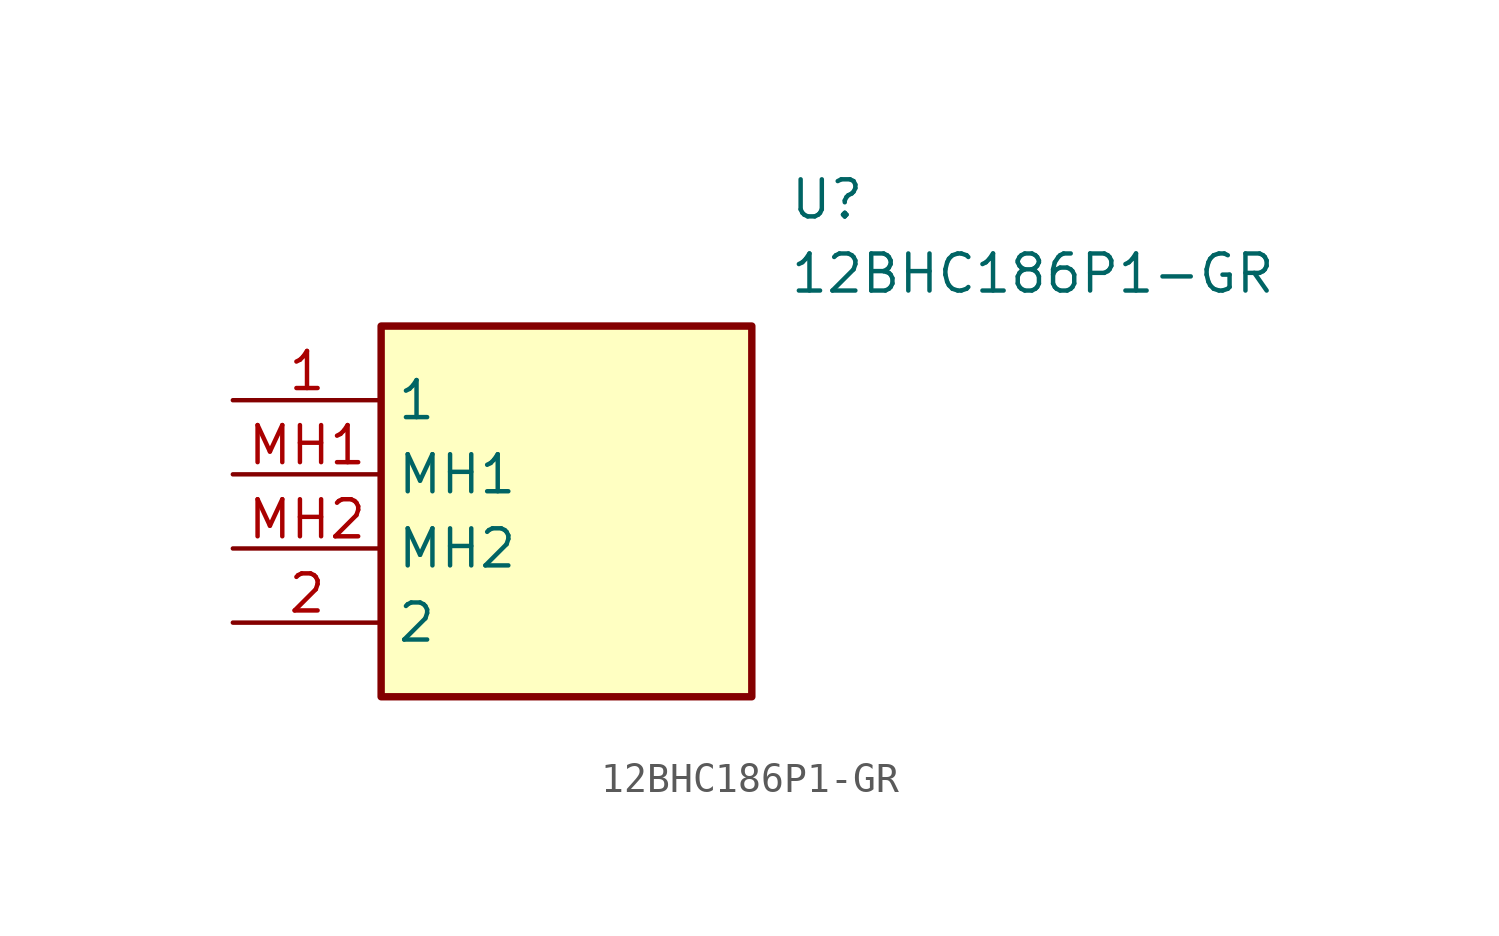
<source format=kicad_sym>
(kicad_symbol_lib
  (version 20211014)
  (generator SamacSys_ECAD_Model)
  (symbol "12BHC186P1-GR"
    (property "Reference" "U"
      (at 19.05 7.62 0)
      (effects (font (size 1.27 1.27)) (justify left top)))
    (property "Value" "12BHC186P1-GR"
      (at 19.05 5.08 0)
      (effects (font (size 1.27 1.27)) (justify left top)))
    (rectangle
      (start 5.08 2.54)
      (end 17.78 -10.16)
      (stroke (width 0.254) (type default))
      (fill (type background)))
    (pin passive line
      (at 0 0 0)
      (length 5.08)
      (name "1" (effects (font (size 1.27 1.27))))
      (number "1" (effects (font (size 1.27 1.27)))))
    (pin passive line
      (at 0 -7.62 0)
      (length 5.08)
      (name "2" (effects (font (size 1.27 1.27))))
      (number "2" (effects (font (size 1.27 1.27)))))
    (pin passive line
      (at 0 -2.54 0)
      (length 5.08)
      (name "MH1" (effects (font (size 1.27 1.27))))
      (number "MH1" (effects (font (size 1.27 1.27)))))
    (pin passive line
      (at 0 -5.08 0)
      (length 5.08)
      (name "MH2" (effects (font (size 1.27 1.27))))
      (number "MH2" (effects (font (size 1.27 1.27)))))))
</source>
